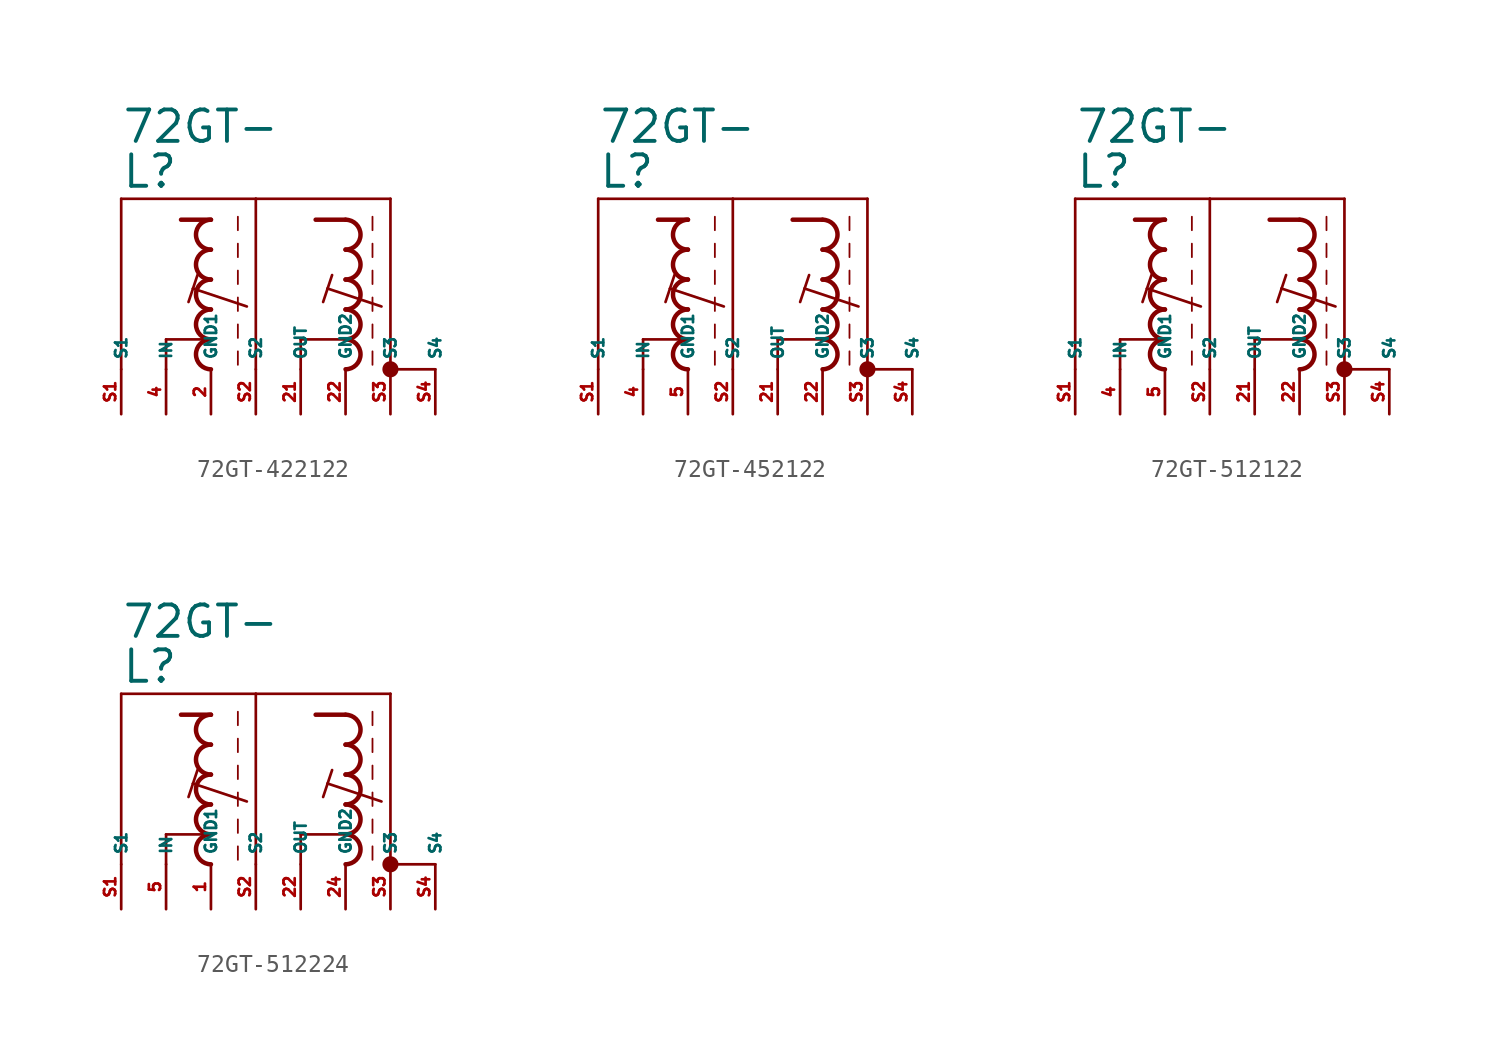
<source format=kicad_sym>
(kicad_symbol_lib
  (version 20220914)
  (generator kicad_symbol_editor)
  (symbol "72GT-422122"
    (property "Reference" "L"
      (at -7.62 7.62 0)
      (effects (font (size 1.778 1.778) (thickness 0.22)) (justify left bottom)))
    (property "Value" "72GT-"
      (at -7.62 10.16 0)
      (effects (font (size 1.778 1.778) (thickness 0.22)) (justify left bottom)))
    (symbol "72GT-422122_1_1"
      (arc (start -2.54 -0.8466) (mid -3.3864 -1.6933) (end -2.54 -2.54) (stroke (width 0.254) (type default)) (fill (type none)))
      (arc (start -2.54 0.8466) (mid -3.3862 0) (end -2.54 -0.8466) (stroke (width 0.254) (type default)) (fill (type none)))
      (arc (start -2.54 2.54) (mid -3.3864 1.6933) (end -2.54 0.8466) (stroke (width 0.254) (type default)) (fill (type none)))
      (arc (start -2.54 4.2334) (mid -3.3864 3.3867) (end -2.54 2.54) (stroke (width 0.254) (type default)) (fill (type none)))
      (arc (start -2.54 5.9266) (mid -3.3862 5.08) (end -2.54 4.2334) (stroke (width 0.254) (type default)) (fill (type none)))
      (polyline (pts (xy -7.62 -2.54) (xy -7.62 7.112)) (stroke (width 0.152) (type default)) (fill (type none)))
      (polyline (pts (xy -7.62 7.112) (xy 0 7.112)) (stroke (width 0.152) (type default)) (fill (type none)))
      (polyline (pts (xy -5.08 -2.54) (xy -5.08 -0.847)) (stroke (width 0.152) (type default)) (fill (type none)))
      (polyline (pts (xy -5.08 -0.847) (xy -2.54 -0.847)) (stroke (width 0.152) (type default)) (fill (type none)))
      (polyline (pts (xy -3.556 2.032) (xy -3.81 1.27)) (stroke (width 0.152) (type default)) (fill (type none)))
      (polyline (pts (xy -3.302 2.794) (xy -3.556 2.032)) (stroke (width 0.152) (type default)) (fill (type none)))
      (polyline (pts (xy -2.54 5.927) (xy -4.233 5.927)) (stroke (width 0.254) (type default)) (fill (type none)))
      (polyline (pts (xy -1.016 -1.524) (xy -1.016 -2.286)) (stroke (width 0.102) (type default)) (fill (type none)))
      (polyline (pts (xy -1.016 0) (xy -1.016 -0.762)) (stroke (width 0.102) (type default)) (fill (type none)))
      (polyline (pts (xy -1.016 1.524) (xy -1.016 0.762)) (stroke (width 0.102) (type default)) (fill (type none)))
      (polyline (pts (xy -1.016 3.048) (xy -1.016 2.286)) (stroke (width 0.102) (type default)) (fill (type none)))
      (polyline (pts (xy -1.016 4.572) (xy -1.016 3.81)) (stroke (width 0.102) (type default)) (fill (type none)))
      (polyline (pts (xy -1.016 6.096) (xy -1.016 5.334)) (stroke (width 0.102) (type default)) (fill (type none)))
      (polyline (pts (xy -0.508 1.016) (xy -3.556 2.032)) (stroke (width 0.152) (type default)) (fill (type none)))
      (polyline (pts (xy 0 7.112) (xy 0 -2.54)) (stroke (width 0.152) (type default)) (fill (type none)))
      (polyline (pts (xy 0 7.112) (xy 7.62 7.112)) (stroke (width 0.152) (type default)) (fill (type none)))
      (polyline (pts (xy 2.54 -2.54) (xy 2.54 -0.847)) (stroke (width 0.152) (type default)) (fill (type none)))
      (polyline (pts (xy 2.54 -0.847) (xy 5.08 -0.847)) (stroke (width 0.152) (type default)) (fill (type none)))
      (polyline (pts (xy 4.064 2.032) (xy 3.81 1.27)) (stroke (width 0.152) (type default)) (fill (type none)))
      (polyline (pts (xy 4.318 2.794) (xy 4.064 2.032)) (stroke (width 0.152) (type default)) (fill (type none)))
      (polyline (pts (xy 5.08 5.927) (xy 3.387 5.927)) (stroke (width 0.254) (type default)) (fill (type none)))
      (polyline (pts (xy 6.604 -1.524) (xy 6.604 -2.286)) (stroke (width 0.102) (type default)) (fill (type none)))
      (polyline (pts (xy 6.604 0) (xy 6.604 -0.762)) (stroke (width 0.102) (type default)) (fill (type none)))
      (polyline (pts (xy 6.604 1.524) (xy 6.604 0.762)) (stroke (width 0.102) (type default)) (fill (type none)))
      (polyline (pts (xy 6.604 3.048) (xy 6.604 2.286)) (stroke (width 0.102) (type default)) (fill (type none)))
      (polyline (pts (xy 6.604 4.572) (xy 6.604 3.81)) (stroke (width 0.102) (type default)) (fill (type none)))
      (polyline (pts (xy 6.604 6.096) (xy 6.604 5.334)) (stroke (width 0.102) (type default)) (fill (type none)))
      (polyline (pts (xy 7.112 1.016) (xy 4.064 2.032)) (stroke (width 0.152) (type default)) (fill (type none)))
      (polyline (pts (xy 7.62 7.112) (xy 7.62 -2.54)) (stroke (width 0.152) (type default)) (fill (type none)))
      (polyline (pts (xy 10.16 -2.54) (xy 7.62 -2.54)) (stroke (width 0.152) (type default)) (fill (type none)))
      (arc (start 5.08 -2.54) (mid 5.9231 -1.6933) (end 5.08 -0.8466) (stroke (width 0.254) (type default)) (fill (type none)))
      (arc (start 5.08 -0.8466) (mid 5.923 0) (end 5.08 0.8466) (stroke (width 0.254) (type default)) (fill (type none)))
      (arc (start 5.08 0.8466) (mid 5.9231 1.6933) (end 5.08 2.54) (stroke (width 0.254) (type default)) (fill (type none)))
      (arc (start 5.08 2.54) (mid 5.9231 3.3867) (end 5.08 4.2334) (stroke (width 0.254) (type default)) (fill (type none)))
      (arc (start 5.08 4.2334) (mid 5.923 5.08) (end 5.08 5.9266) (stroke (width 0.254) (type default)) (fill (type none)))
      (circle (center 7.62 -2.54) (radius 0.254) (stroke (width 0.406) (type default)) (fill (type none)))
      (pin passive line (at -2.54 -5.08 90) (length 2.54) (name "GND1" (effects (font (size 0.635 0.635)))) (number "2" (effects (font (size 0.635 0.635)))))
      (pin passive line (at 2.54 -5.08 90) (length 2.54) (name "OUT" (effects (font (size 0.635 0.635)))) (number "21" (effects (font (size 0.635 0.635)))))
      (pin passive line (at 5.08 -5.08 90) (length 2.54) (name "GND2" (effects (font (size 0.635 0.635)))) (number "22" (effects (font (size 0.635 0.635)))))
      (pin passive line (at -5.08 -5.08 90) (length 2.54) (name "IN" (effects (font (size 0.635 0.635)))) (number "4" (effects (font (size 0.635 0.635)))))
      (pin passive line (at -7.62 -5.08 90) (length 2.54) (name "S1" (effects (font (size 0.635 0.635)))) (number "S1" (effects (font (size 0.635 0.635)))))
      (pin passive line (at 0 -5.08 90) (length 2.54) (name "S2" (effects (font (size 0.635 0.635)))) (number "S2" (effects (font (size 0.635 0.635)))))
      (pin passive line (at 7.62 -5.08 90) (length 2.54) (name "S3" (effects (font (size 0.635 0.635)))) (number "S3" (effects (font (size 0.635 0.635)))))
      (pin passive line (at 10.16 -5.08 90) (length 2.54) (name "S4" (effects (font (size 0.635 0.635)))) (number "S4" (effects (font (size 0.635 0.635)))))))
  (symbol "72GT-452122"
    (property "Reference" "L"
      (at -7.62 7.62 0)
      (effects (font (size 1.778 1.778) (thickness 0.22)) (justify left bottom)))
    (property "Value" "72GT-"
      (at -7.62 10.16 0)
      (effects (font (size 1.778 1.778) (thickness 0.22)) (justify left bottom)))
    (symbol "72GT-452122_1_1"
      (arc (start -2.54 -0.8466) (mid -3.3864 -1.6933) (end -2.54 -2.54) (stroke (width 0.254) (type default)) (fill (type none)))
      (arc (start -2.54 0.8466) (mid -3.3862 0) (end -2.54 -0.8466) (stroke (width 0.254) (type default)) (fill (type none)))
      (arc (start -2.54 2.54) (mid -3.3864 1.6933) (end -2.54 0.8466) (stroke (width 0.254) (type default)) (fill (type none)))
      (arc (start -2.54 4.2334) (mid -3.3864 3.3867) (end -2.54 2.54) (stroke (width 0.254) (type default)) (fill (type none)))
      (arc (start -2.54 5.9266) (mid -3.3862 5.08) (end -2.54 4.2334) (stroke (width 0.254) (type default)) (fill (type none)))
      (polyline (pts (xy -7.62 -2.54) (xy -7.62 7.112)) (stroke (width 0.152) (type default)) (fill (type none)))
      (polyline (pts (xy -7.62 7.112) (xy 0 7.112)) (stroke (width 0.152) (type default)) (fill (type none)))
      (polyline (pts (xy -5.08 -2.54) (xy -5.08 -0.847)) (stroke (width 0.152) (type default)) (fill (type none)))
      (polyline (pts (xy -5.08 -0.847) (xy -2.54 -0.847)) (stroke (width 0.152) (type default)) (fill (type none)))
      (polyline (pts (xy -3.556 2.032) (xy -3.81 1.27)) (stroke (width 0.152) (type default)) (fill (type none)))
      (polyline (pts (xy -3.302 2.794) (xy -3.556 2.032)) (stroke (width 0.152) (type default)) (fill (type none)))
      (polyline (pts (xy -2.54 5.927) (xy -4.233 5.927)) (stroke (width 0.254) (type default)) (fill (type none)))
      (polyline (pts (xy -1.016 -1.524) (xy -1.016 -2.286)) (stroke (width 0.102) (type default)) (fill (type none)))
      (polyline (pts (xy -1.016 0) (xy -1.016 -0.762)) (stroke (width 0.102) (type default)) (fill (type none)))
      (polyline (pts (xy -1.016 1.524) (xy -1.016 0.762)) (stroke (width 0.102) (type default)) (fill (type none)))
      (polyline (pts (xy -1.016 3.048) (xy -1.016 2.286)) (stroke (width 0.102) (type default)) (fill (type none)))
      (polyline (pts (xy -1.016 4.572) (xy -1.016 3.81)) (stroke (width 0.102) (type default)) (fill (type none)))
      (polyline (pts (xy -1.016 6.096) (xy -1.016 5.334)) (stroke (width 0.102) (type default)) (fill (type none)))
      (polyline (pts (xy -0.508 1.016) (xy -3.556 2.032)) (stroke (width 0.152) (type default)) (fill (type none)))
      (polyline (pts (xy 0 7.112) (xy 0 -2.54)) (stroke (width 0.152) (type default)) (fill (type none)))
      (polyline (pts (xy 0 7.112) (xy 7.62 7.112)) (stroke (width 0.152) (type default)) (fill (type none)))
      (polyline (pts (xy 2.54 -2.54) (xy 2.54 -0.847)) (stroke (width 0.152) (type default)) (fill (type none)))
      (polyline (pts (xy 2.54 -0.847) (xy 5.08 -0.847)) (stroke (width 0.152) (type default)) (fill (type none)))
      (polyline (pts (xy 4.064 2.032) (xy 3.81 1.27)) (stroke (width 0.152) (type default)) (fill (type none)))
      (polyline (pts (xy 4.318 2.794) (xy 4.064 2.032)) (stroke (width 0.152) (type default)) (fill (type none)))
      (polyline (pts (xy 5.08 5.927) (xy 3.387 5.927)) (stroke (width 0.254) (type default)) (fill (type none)))
      (polyline (pts (xy 6.604 -1.524) (xy 6.604 -2.286)) (stroke (width 0.102) (type default)) (fill (type none)))
      (polyline (pts (xy 6.604 0) (xy 6.604 -0.762)) (stroke (width 0.102) (type default)) (fill (type none)))
      (polyline (pts (xy 6.604 1.524) (xy 6.604 0.762)) (stroke (width 0.102) (type default)) (fill (type none)))
      (polyline (pts (xy 6.604 3.048) (xy 6.604 2.286)) (stroke (width 0.102) (type default)) (fill (type none)))
      (polyline (pts (xy 6.604 4.572) (xy 6.604 3.81)) (stroke (width 0.102) (type default)) (fill (type none)))
      (polyline (pts (xy 6.604 6.096) (xy 6.604 5.334)) (stroke (width 0.102) (type default)) (fill (type none)))
      (polyline (pts (xy 7.112 1.016) (xy 4.064 2.032)) (stroke (width 0.152) (type default)) (fill (type none)))
      (polyline (pts (xy 7.62 7.112) (xy 7.62 -2.54)) (stroke (width 0.152) (type default)) (fill (type none)))
      (polyline (pts (xy 10.16 -2.54) (xy 7.62 -2.54)) (stroke (width 0.152) (type default)) (fill (type none)))
      (arc (start 5.08 -2.54) (mid 5.9231 -1.6933) (end 5.08 -0.8466) (stroke (width 0.254) (type default)) (fill (type none)))
      (arc (start 5.08 -0.8466) (mid 5.923 0) (end 5.08 0.8466) (stroke (width 0.254) (type default)) (fill (type none)))
      (arc (start 5.08 0.8466) (mid 5.9231 1.6933) (end 5.08 2.54) (stroke (width 0.254) (type default)) (fill (type none)))
      (arc (start 5.08 2.54) (mid 5.9231 3.3867) (end 5.08 4.2334) (stroke (width 0.254) (type default)) (fill (type none)))
      (arc (start 5.08 4.2334) (mid 5.923 5.08) (end 5.08 5.9266) (stroke (width 0.254) (type default)) (fill (type none)))
      (circle (center 7.62 -2.54) (radius 0.254) (stroke (width 0.406) (type default)) (fill (type none)))
      (pin passive line (at 2.54 -5.08 90) (length 2.54) (name "OUT" (effects (font (size 0.635 0.635)))) (number "21" (effects (font (size 0.635 0.635)))))
      (pin passive line (at 5.08 -5.08 90) (length 2.54) (name "GND2" (effects (font (size 0.635 0.635)))) (number "22" (effects (font (size 0.635 0.635)))))
      (pin passive line (at -5.08 -5.08 90) (length 2.54) (name "IN" (effects (font (size 0.635 0.635)))) (number "4" (effects (font (size 0.635 0.635)))))
      (pin passive line (at -2.54 -5.08 90) (length 2.54) (name "GND1" (effects (font (size 0.635 0.635)))) (number "5" (effects (font (size 0.635 0.635)))))
      (pin passive line (at -7.62 -5.08 90) (length 2.54) (name "S1" (effects (font (size 0.635 0.635)))) (number "S1" (effects (font (size 0.635 0.635)))))
      (pin passive line (at 0 -5.08 90) (length 2.54) (name "S2" (effects (font (size 0.635 0.635)))) (number "S2" (effects (font (size 0.635 0.635)))))
      (pin passive line (at 7.62 -5.08 90) (length 2.54) (name "S3" (effects (font (size 0.635 0.635)))) (number "S3" (effects (font (size 0.635 0.635)))))
      (pin passive line (at 10.16 -5.08 90) (length 2.54) (name "S4" (effects (font (size 0.635 0.635)))) (number "S4" (effects (font (size 0.635 0.635)))))))
  (symbol "72GT-512122"
    (property "Reference" "L"
      (at -7.62 7.62 0)
      (effects (font (size 1.778 1.778) (thickness 0.22)) (justify left bottom)))
    (property "Value" "72GT-"
      (at -7.62 10.16 0)
      (effects (font (size 1.778 1.778) (thickness 0.22)) (justify left bottom)))
    (symbol "72GT-512122_1_1"
      (arc (start -2.54 -0.8466) (mid -3.3864 -1.6933) (end -2.54 -2.54) (stroke (width 0.254) (type default)) (fill (type none)))
      (arc (start -2.54 0.8466) (mid -3.3862 0) (end -2.54 -0.8466) (stroke (width 0.254) (type default)) (fill (type none)))
      (arc (start -2.54 2.54) (mid -3.3864 1.6933) (end -2.54 0.8466) (stroke (width 0.254) (type default)) (fill (type none)))
      (arc (start -2.54 4.2334) (mid -3.3864 3.3867) (end -2.54 2.54) (stroke (width 0.254) (type default)) (fill (type none)))
      (arc (start -2.54 5.9266) (mid -3.3862 5.08) (end -2.54 4.2334) (stroke (width 0.254) (type default)) (fill (type none)))
      (polyline (pts (xy -7.62 -2.54) (xy -7.62 7.112)) (stroke (width 0.152) (type default)) (fill (type none)))
      (polyline (pts (xy -7.62 7.112) (xy 0 7.112)) (stroke (width 0.152) (type default)) (fill (type none)))
      (polyline (pts (xy -5.08 -2.54) (xy -5.08 -0.847)) (stroke (width 0.152) (type default)) (fill (type none)))
      (polyline (pts (xy -5.08 -0.847) (xy -2.54 -0.847)) (stroke (width 0.152) (type default)) (fill (type none)))
      (polyline (pts (xy -3.556 2.032) (xy -3.81 1.27)) (stroke (width 0.152) (type default)) (fill (type none)))
      (polyline (pts (xy -3.302 2.794) (xy -3.556 2.032)) (stroke (width 0.152) (type default)) (fill (type none)))
      (polyline (pts (xy -2.54 5.927) (xy -4.233 5.927)) (stroke (width 0.254) (type default)) (fill (type none)))
      (polyline (pts (xy -1.016 -1.524) (xy -1.016 -2.286)) (stroke (width 0.102) (type default)) (fill (type none)))
      (polyline (pts (xy -1.016 0) (xy -1.016 -0.762)) (stroke (width 0.102) (type default)) (fill (type none)))
      (polyline (pts (xy -1.016 1.524) (xy -1.016 0.762)) (stroke (width 0.102) (type default)) (fill (type none)))
      (polyline (pts (xy -1.016 3.048) (xy -1.016 2.286)) (stroke (width 0.102) (type default)) (fill (type none)))
      (polyline (pts (xy -1.016 4.572) (xy -1.016 3.81)) (stroke (width 0.102) (type default)) (fill (type none)))
      (polyline (pts (xy -1.016 6.096) (xy -1.016 5.334)) (stroke (width 0.102) (type default)) (fill (type none)))
      (polyline (pts (xy -0.508 1.016) (xy -3.556 2.032)) (stroke (width 0.152) (type default)) (fill (type none)))
      (polyline (pts (xy 0 7.112) (xy 0 -2.54)) (stroke (width 0.152) (type default)) (fill (type none)))
      (polyline (pts (xy 0 7.112) (xy 7.62 7.112)) (stroke (width 0.152) (type default)) (fill (type none)))
      (polyline (pts (xy 2.54 -2.54) (xy 2.54 -0.847)) (stroke (width 0.152) (type default)) (fill (type none)))
      (polyline (pts (xy 2.54 -0.847) (xy 5.08 -0.847)) (stroke (width 0.152) (type default)) (fill (type none)))
      (polyline (pts (xy 4.064 2.032) (xy 3.81 1.27)) (stroke (width 0.152) (type default)) (fill (type none)))
      (polyline (pts (xy 4.318 2.794) (xy 4.064 2.032)) (stroke (width 0.152) (type default)) (fill (type none)))
      (polyline (pts (xy 5.08 5.927) (xy 3.387 5.927)) (stroke (width 0.254) (type default)) (fill (type none)))
      (polyline (pts (xy 6.604 -1.524) (xy 6.604 -2.286)) (stroke (width 0.102) (type default)) (fill (type none)))
      (polyline (pts (xy 6.604 0) (xy 6.604 -0.762)) (stroke (width 0.102) (type default)) (fill (type none)))
      (polyline (pts (xy 6.604 1.524) (xy 6.604 0.762)) (stroke (width 0.102) (type default)) (fill (type none)))
      (polyline (pts (xy 6.604 3.048) (xy 6.604 2.286)) (stroke (width 0.102) (type default)) (fill (type none)))
      (polyline (pts (xy 6.604 4.572) (xy 6.604 3.81)) (stroke (width 0.102) (type default)) (fill (type none)))
      (polyline (pts (xy 6.604 6.096) (xy 6.604 5.334)) (stroke (width 0.102) (type default)) (fill (type none)))
      (polyline (pts (xy 7.112 1.016) (xy 4.064 2.032)) (stroke (width 0.152) (type default)) (fill (type none)))
      (polyline (pts (xy 7.62 7.112) (xy 7.62 -2.54)) (stroke (width 0.152) (type default)) (fill (type none)))
      (polyline (pts (xy 10.16 -2.54) (xy 7.62 -2.54)) (stroke (width 0.152) (type default)) (fill (type none)))
      (arc (start 5.08 -2.54) (mid 5.9231 -1.6933) (end 5.08 -0.8466) (stroke (width 0.254) (type default)) (fill (type none)))
      (arc (start 5.08 -0.8466) (mid 5.923 0) (end 5.08 0.8466) (stroke (width 0.254) (type default)) (fill (type none)))
      (arc (start 5.08 0.8466) (mid 5.9231 1.6933) (end 5.08 2.54) (stroke (width 0.254) (type default)) (fill (type none)))
      (arc (start 5.08 2.54) (mid 5.9231 3.3867) (end 5.08 4.2334) (stroke (width 0.254) (type default)) (fill (type none)))
      (arc (start 5.08 4.2334) (mid 5.923 5.08) (end 5.08 5.9266) (stroke (width 0.254) (type default)) (fill (type none)))
      (circle (center 7.62 -2.54) (radius 0.254) (stroke (width 0.406) (type default)) (fill (type none)))
      (pin passive line (at 2.54 -5.08 90) (length 2.54) (name "OUT" (effects (font (size 0.635 0.635)))) (number "21" (effects (font (size 0.635 0.635)))))
      (pin passive line (at 5.08 -5.08 90) (length 2.54) (name "GND2" (effects (font (size 0.635 0.635)))) (number "22" (effects (font (size 0.635 0.635)))))
      (pin passive line (at -5.08 -5.08 90) (length 2.54) (name "IN" (effects (font (size 0.635 0.635)))) (number "4" (effects (font (size 0.635 0.635)))))
      (pin passive line (at -2.54 -5.08 90) (length 2.54) (name "GND1" (effects (font (size 0.635 0.635)))) (number "5" (effects (font (size 0.635 0.635)))))
      (pin passive line (at -7.62 -5.08 90) (length 2.54) (name "S1" (effects (font (size 0.635 0.635)))) (number "S1" (effects (font (size 0.635 0.635)))))
      (pin passive line (at 0 -5.08 90) (length 2.54) (name "S2" (effects (font (size 0.635 0.635)))) (number "S2" (effects (font (size 0.635 0.635)))))
      (pin passive line (at 7.62 -5.08 90) (length 2.54) (name "S3" (effects (font (size 0.635 0.635)))) (number "S3" (effects (font (size 0.635 0.635)))))
      (pin passive line (at 10.16 -5.08 90) (length 2.54) (name "S4" (effects (font (size 0.635 0.635)))) (number "S4" (effects (font (size 0.635 0.635)))))))
  (symbol "72GT-512224"
    (property "Reference" "L"
      (at -7.62 7.62 0)
      (effects (font (size 1.778 1.778) (thickness 0.22)) (justify left bottom)))
    (property "Value" "72GT-"
      (at -7.62 10.16 0)
      (effects (font (size 1.778 1.778) (thickness 0.22)) (justify left bottom)))
    (symbol "72GT-512224_1_1"
      (arc (start -2.54 -0.8466) (mid -3.3864 -1.6933) (end -2.54 -2.54) (stroke (width 0.254) (type default)) (fill (type none)))
      (arc (start -2.54 0.8466) (mid -3.3862 0) (end -2.54 -0.8466) (stroke (width 0.254) (type default)) (fill (type none)))
      (arc (start -2.54 2.54) (mid -3.3864 1.6933) (end -2.54 0.8466) (stroke (width 0.254) (type default)) (fill (type none)))
      (arc (start -2.54 4.2334) (mid -3.3864 3.3867) (end -2.54 2.54) (stroke (width 0.254) (type default)) (fill (type none)))
      (arc (start -2.54 5.9266) (mid -3.3862 5.08) (end -2.54 4.2334) (stroke (width 0.254) (type default)) (fill (type none)))
      (polyline (pts (xy -7.62 -2.54) (xy -7.62 7.112)) (stroke (width 0.152) (type default)) (fill (type none)))
      (polyline (pts (xy -7.62 7.112) (xy 0 7.112)) (stroke (width 0.152) (type default)) (fill (type none)))
      (polyline (pts (xy -5.08 -2.54) (xy -5.08 -0.847)) (stroke (width 0.152) (type default)) (fill (type none)))
      (polyline (pts (xy -5.08 -0.847) (xy -2.54 -0.847)) (stroke (width 0.152) (type default)) (fill (type none)))
      (polyline (pts (xy -3.556 2.032) (xy -3.81 1.27)) (stroke (width 0.152) (type default)) (fill (type none)))
      (polyline (pts (xy -3.302 2.794) (xy -3.556 2.032)) (stroke (width 0.152) (type default)) (fill (type none)))
      (polyline (pts (xy -2.54 5.927) (xy -4.233 5.927)) (stroke (width 0.254) (type default)) (fill (type none)))
      (polyline (pts (xy -1.016 -1.524) (xy -1.016 -2.286)) (stroke (width 0.102) (type default)) (fill (type none)))
      (polyline (pts (xy -1.016 0) (xy -1.016 -0.762)) (stroke (width 0.102) (type default)) (fill (type none)))
      (polyline (pts (xy -1.016 1.524) (xy -1.016 0.762)) (stroke (width 0.102) (type default)) (fill (type none)))
      (polyline (pts (xy -1.016 3.048) (xy -1.016 2.286)) (stroke (width 0.102) (type default)) (fill (type none)))
      (polyline (pts (xy -1.016 4.572) (xy -1.016 3.81)) (stroke (width 0.102) (type default)) (fill (type none)))
      (polyline (pts (xy -1.016 6.096) (xy -1.016 5.334)) (stroke (width 0.102) (type default)) (fill (type none)))
      (polyline (pts (xy -0.508 1.016) (xy -3.556 2.032)) (stroke (width 0.152) (type default)) (fill (type none)))
      (polyline (pts (xy 0 7.112) (xy 0 -2.54)) (stroke (width 0.152) (type default)) (fill (type none)))
      (polyline (pts (xy 0 7.112) (xy 7.62 7.112)) (stroke (width 0.152) (type default)) (fill (type none)))
      (polyline (pts (xy 2.54 -2.54) (xy 2.54 -0.847)) (stroke (width 0.152) (type default)) (fill (type none)))
      (polyline (pts (xy 2.54 -0.847) (xy 5.08 -0.847)) (stroke (width 0.152) (type default)) (fill (type none)))
      (polyline (pts (xy 4.064 2.032) (xy 3.81 1.27)) (stroke (width 0.152) (type default)) (fill (type none)))
      (polyline (pts (xy 4.318 2.794) (xy 4.064 2.032)) (stroke (width 0.152) (type default)) (fill (type none)))
      (polyline (pts (xy 5.08 5.927) (xy 3.387 5.927)) (stroke (width 0.254) (type default)) (fill (type none)))
      (polyline (pts (xy 6.604 -1.524) (xy 6.604 -2.286)) (stroke (width 0.102) (type default)) (fill (type none)))
      (polyline (pts (xy 6.604 0) (xy 6.604 -0.762)) (stroke (width 0.102) (type default)) (fill (type none)))
      (polyline (pts (xy 6.604 1.524) (xy 6.604 0.762)) (stroke (width 0.102) (type default)) (fill (type none)))
      (polyline (pts (xy 6.604 3.048) (xy 6.604 2.286)) (stroke (width 0.102) (type default)) (fill (type none)))
      (polyline (pts (xy 6.604 4.572) (xy 6.604 3.81)) (stroke (width 0.102) (type default)) (fill (type none)))
      (polyline (pts (xy 6.604 6.096) (xy 6.604 5.334)) (stroke (width 0.102) (type default)) (fill (type none)))
      (polyline (pts (xy 7.112 1.016) (xy 4.064 2.032)) (stroke (width 0.152) (type default)) (fill (type none)))
      (polyline (pts (xy 7.62 7.112) (xy 7.62 -2.54)) (stroke (width 0.152) (type default)) (fill (type none)))
      (polyline (pts (xy 10.16 -2.54) (xy 7.62 -2.54)) (stroke (width 0.152) (type default)) (fill (type none)))
      (arc (start 5.08 -2.54) (mid 5.9231 -1.6933) (end 5.08 -0.8466) (stroke (width 0.254) (type default)) (fill (type none)))
      (arc (start 5.08 -0.8466) (mid 5.923 0) (end 5.08 0.8466) (stroke (width 0.254) (type default)) (fill (type none)))
      (arc (start 5.08 0.8466) (mid 5.9231 1.6933) (end 5.08 2.54) (stroke (width 0.254) (type default)) (fill (type none)))
      (arc (start 5.08 2.54) (mid 5.9231 3.3867) (end 5.08 4.2334) (stroke (width 0.254) (type default)) (fill (type none)))
      (arc (start 5.08 4.2334) (mid 5.923 5.08) (end 5.08 5.9266) (stroke (width 0.254) (type default)) (fill (type none)))
      (circle (center 7.62 -2.54) (radius 0.254) (stroke (width 0.406) (type default)) (fill (type none)))
      (pin passive line (at -2.54 -5.08 90) (length 2.54) (name "GND1" (effects (font (size 0.635 0.635)))) (number "1" (effects (font (size 0.635 0.635)))))
      (pin passive line (at 2.54 -5.08 90) (length 2.54) (name "OUT" (effects (font (size 0.635 0.635)))) (number "22" (effects (font (size 0.635 0.635)))))
      (pin passive line (at 5.08 -5.08 90) (length 2.54) (name "GND2" (effects (font (size 0.635 0.635)))) (number "24" (effects (font (size 0.635 0.635)))))
      (pin passive line (at -5.08 -5.08 90) (length 2.54) (name "IN" (effects (font (size 0.635 0.635)))) (number "5" (effects (font (size 0.635 0.635)))))
      (pin passive line (at -7.62 -5.08 90) (length 2.54) (name "S1" (effects (font (size 0.635 0.635)))) (number "S1" (effects (font (size 0.635 0.635)))))
      (pin passive line (at 0 -5.08 90) (length 2.54) (name "S2" (effects (font (size 0.635 0.635)))) (number "S2" (effects (font (size 0.635 0.635)))))
      (pin passive line (at 7.62 -5.08 90) (length 2.54) (name "S3" (effects (font (size 0.635 0.635)))) (number "S3" (effects (font (size 0.635 0.635)))))
      (pin passive line (at 10.16 -5.08 90) (length 2.54) (name "S4" (effects (font (size 0.635 0.635)))) (number "S4" (effects (font (size 0.635 0.635))))))))
</source>
